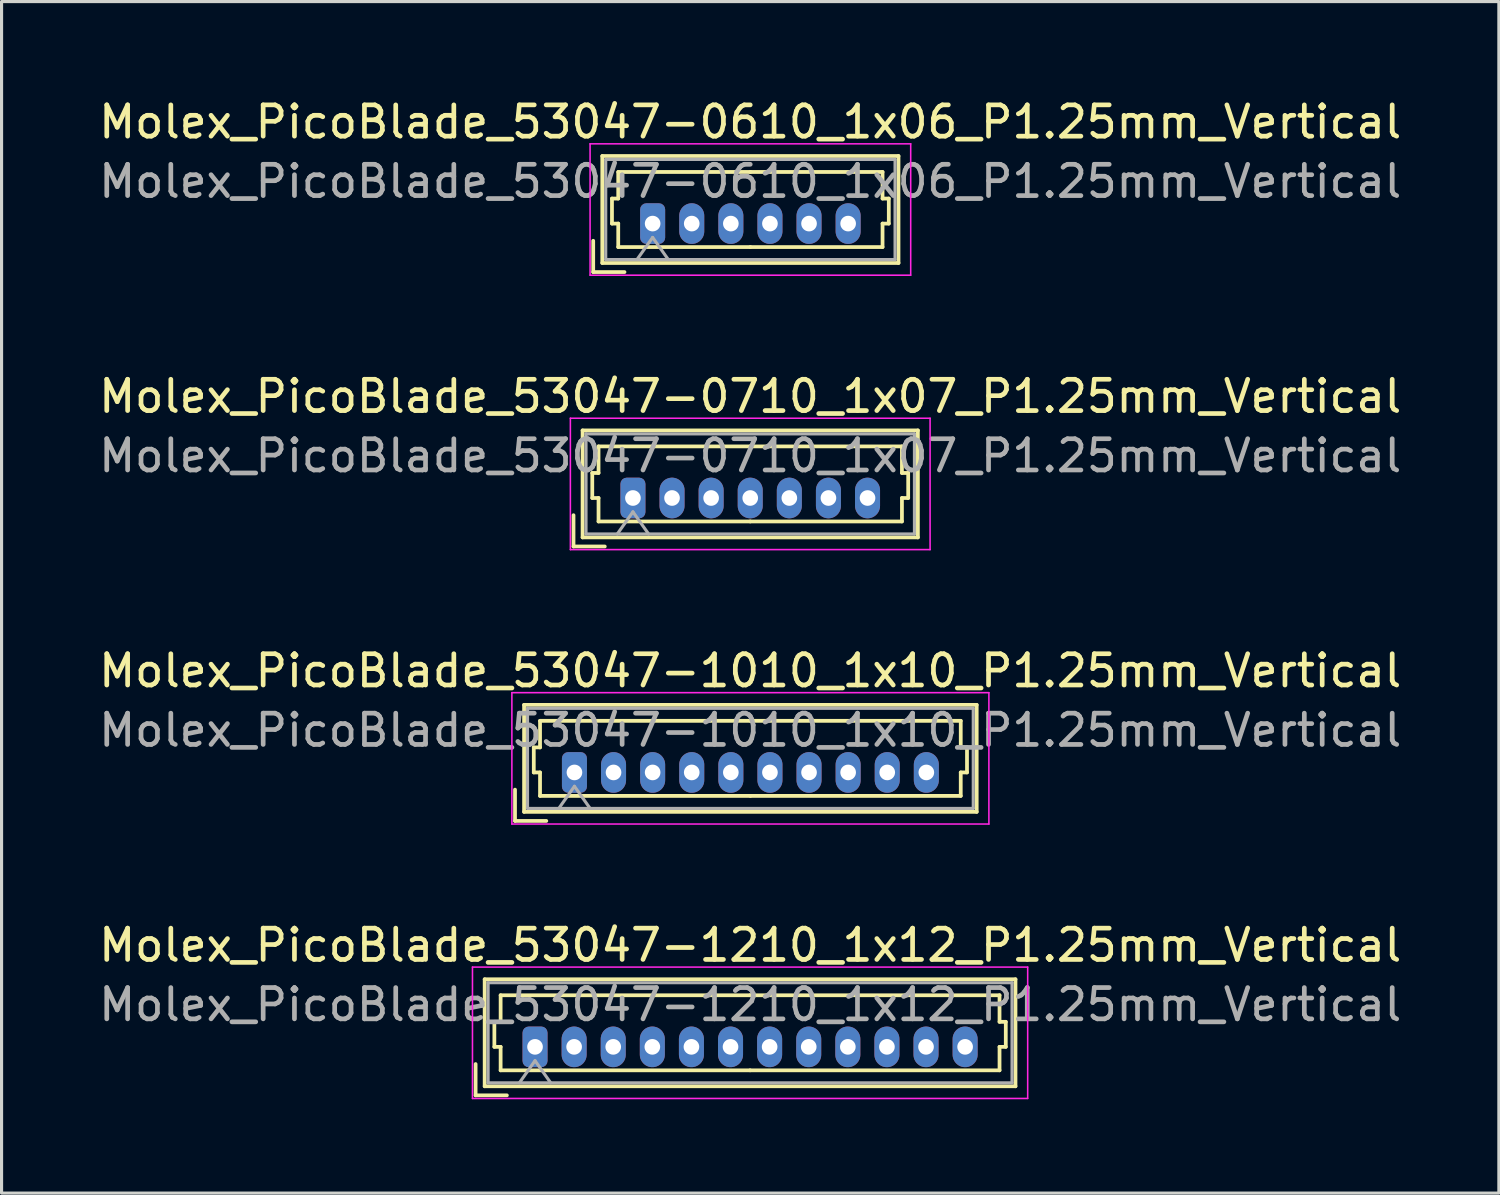
<source format=kicad_pcb>
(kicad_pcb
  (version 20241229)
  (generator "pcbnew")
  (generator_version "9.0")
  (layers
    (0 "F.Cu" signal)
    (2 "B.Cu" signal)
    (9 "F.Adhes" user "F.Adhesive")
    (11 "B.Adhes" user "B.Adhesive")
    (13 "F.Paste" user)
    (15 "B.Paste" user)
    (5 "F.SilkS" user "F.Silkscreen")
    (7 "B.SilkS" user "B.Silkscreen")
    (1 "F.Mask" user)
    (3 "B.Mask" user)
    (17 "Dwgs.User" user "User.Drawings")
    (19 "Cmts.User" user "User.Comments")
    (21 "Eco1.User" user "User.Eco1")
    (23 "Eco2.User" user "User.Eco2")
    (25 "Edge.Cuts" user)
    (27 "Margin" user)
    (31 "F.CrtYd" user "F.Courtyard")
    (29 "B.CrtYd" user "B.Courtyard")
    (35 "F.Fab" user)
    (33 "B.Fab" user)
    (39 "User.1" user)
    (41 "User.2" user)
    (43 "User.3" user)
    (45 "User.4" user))
  (footprint "Molex_PicoBlade_53047-0710_1x07_P1.25mm_Vertical"
    (layer "F.Cu")
    (at 17.185 12.871)
    (property "Reference" "Molex_PicoBlade_53047-0710_1x07_P1.25mm_Vertical" (at 3.75 -3.25 0) (layer "F.SilkS") (effects (font (size 1 1) (thickness 0.15))))
    (attr through_hole)
    (fp_line (start -1.9 1.55) (end -1.9 0.55) (stroke (width 0.12) (type solid)) (layer "F.SilkS"))
    (fp_line (start -1.9 1.55) (end -0.9 1.55) (stroke (width 0.12) (type solid)) (layer "F.SilkS"))
    (fp_line (start -1.61 -2.16) (end -1.61 1.26) (stroke (width 0.12) (type solid)) (layer "F.SilkS"))
    (fp_line (start -1.61 1.26) (end 9.11 1.26) (stroke (width 0.12) (type solid)) (layer "F.SilkS"))
    (fp_line (start -1.3 -0.8) (end -1.1 -0.8) (stroke (width 0.12) (type solid)) (layer "F.SilkS"))
    (fp_line (start -1.3 0) (end -1.3 -0.8) (stroke (width 0.12) (type solid)) (layer "F.SilkS"))
    (fp_line (start -1.1 -1.65) (end 3.75 -1.65) (stroke (width 0.12) (type solid)) (layer "F.SilkS"))
    (fp_line (start -1.1 -0.8) (end -1.1 -1.65) (stroke (width 0.12) (type solid)) (layer "F.SilkS"))
    (fp_line (start -1.1 0) (end -1.3 0) (stroke (width 0.12) (type solid)) (layer "F.SilkS"))
    (fp_line (start -1.1 0.75) (end -1.1 0) (stroke (width 0.12) (type solid)) (layer "F.SilkS"))
    (fp_line (start 3.75 0.75) (end -1.1 0.75) (stroke (width 0.12) (type solid)) (layer "F.SilkS"))
    (fp_line (start 3.75 0.75) (end 8.6 0.75) (stroke (width 0.12) (type solid)) (layer "F.SilkS"))
    (fp_line (start 8.6 -1.65) (end 3.75 -1.65) (stroke (width 0.12) (type solid)) (layer "F.SilkS"))
    (fp_line (start 8.6 -0.8) (end 8.6 -1.65) (stroke (width 0.12) (type solid)) (layer "F.SilkS"))
    (fp_line (start 8.6 0) (end 8.8 0) (stroke (width 0.12) (type solid)) (layer "F.SilkS"))
    (fp_line (start 8.6 0.75) (end 8.6 0) (stroke (width 0.12) (type solid)) (layer "F.SilkS"))
    (fp_line (start 8.8 -0.8) (end 8.6 -0.8) (stroke (width 0.12) (type solid)) (layer "F.SilkS"))
    (fp_line (start 8.8 0) (end 8.8 -0.8) (stroke (width 0.12) (type solid)) (layer "F.SilkS"))
    (fp_line (start 9.11 -2.16) (end -1.61 -2.16) (stroke (width 0.12) (type solid)) (layer "F.SilkS"))
    (fp_line (start 9.11 1.26) (end 9.11 -2.16) (stroke (width 0.12) (type solid)) (layer "F.SilkS"))
    (fp_line (start -2 -2.55) (end -2 1.65) (stroke (width 0.05) (type solid)) (layer "F.CrtYd"))
    (fp_line (start -2 1.65) (end 9.5 1.65) (stroke (width 0.05) (type solid)) (layer "F.CrtYd"))
    (fp_line (start 9.5 -2.55) (end -2 -2.55) (stroke (width 0.05) (type solid)) (layer "F.CrtYd"))
    (fp_line (start 9.5 1.65) (end 9.5 -2.55) (stroke (width 0.05) (type solid)) (layer "F.CrtYd"))
    (fp_line (start -1.5 -2.05) (end -1.5 1.15) (stroke (width 0.1) (type solid)) (layer "F.Fab"))
    (fp_line (start -1.5 1.15) (end 9 1.15) (stroke (width 0.1) (type solid)) (layer "F.Fab"))
    (fp_line (start -0.5 1.15) (end 0 0.443) (stroke (width 0.1) (type solid)) (layer "F.Fab"))
    (fp_line (start 0 0.443) (end 0.5 1.15) (stroke (width 0.1) (type solid)) (layer "F.Fab"))
    (fp_line (start 9 -2.05) (end -1.5 -2.05) (stroke (width 0.1) (type solid)) (layer "F.Fab"))
    (fp_line (start 9 1.15) (end 9 -2.05) (stroke (width 0.1) (type solid)) (layer "F.Fab"))
    (fp_text user "${REFERENCE}" (at 3.75 -1.35 0) (layer "F.Fab") (effects (font (size 1 1) (thickness 0.15))))
    (pad "1" thru_hole roundrect (at 0 0) (size 0.8 1.3) (drill 0.5) (layers "*.Cu" "*.Mask") (roundrect_rratio 0.25))
    (pad "2" thru_hole oval (at 1.25 0) (size 0.8 1.3) (drill 0.5) (layers "*.Cu" "*.Mask"))
    (pad "3" thru_hole oval (at 2.5 0) (size 0.8 1.3) (drill 0.5) (layers "*.Cu" "*.Mask"))
    (pad "4" thru_hole oval (at 3.75 0) (size 0.8 1.3) (drill 0.5) (layers "*.Cu" "*.Mask"))
    (pad "5" thru_hole oval (at 5 0) (size 0.8 1.3) (drill 0.5) (layers "*.Cu" "*.Mask"))
    (pad "6" thru_hole oval (at 6.25 0) (size 0.8 1.3) (drill 0.5) (layers "*.Cu" "*.Mask"))
    (pad "7" thru_hole oval (at 7.5 0) (size 0.8 1.3) (drill 0.5) (layers "*.Cu" "*.Mask")))
  (footprint "Molex_PicoBlade_53047-1010_1x10_P1.25mm_Vertical"
    (layer "F.Cu")
    (at 15.315 21.645)
    (property "Reference" "Molex_PicoBlade_53047-1010_1x10_P1.25mm_Vertical" (at 5.62 -3.25 0) (layer "F.SilkS") (effects (font (size 1 1) (thickness 0.15))))
    (attr through_hole)
    (fp_line (start -1.9 1.55) (end -1.9 0.55) (stroke (width 0.12) (type solid)) (layer "F.SilkS"))
    (fp_line (start -1.9 1.55) (end -0.9 1.55) (stroke (width 0.12) (type solid)) (layer "F.SilkS"))
    (fp_line (start -1.61 -2.16) (end -1.61 1.26) (stroke (width 0.12) (type solid)) (layer "F.SilkS"))
    (fp_line (start -1.61 1.26) (end 12.86 1.26) (stroke (width 0.12) (type solid)) (layer "F.SilkS"))
    (fp_line (start -1.3 -0.8) (end -1.1 -0.8) (stroke (width 0.12) (type solid)) (layer "F.SilkS"))
    (fp_line (start -1.3 0) (end -1.3 -0.8) (stroke (width 0.12) (type solid)) (layer "F.SilkS"))
    (fp_line (start -1.1 -1.65) (end 5.625 -1.65) (stroke (width 0.12) (type solid)) (layer "F.SilkS"))
    (fp_line (start -1.1 -0.8) (end -1.1 -1.65) (stroke (width 0.12) (type solid)) (layer "F.SilkS"))
    (fp_line (start -1.1 0) (end -1.3 0) (stroke (width 0.12) (type solid)) (layer "F.SilkS"))
    (fp_line (start -1.1 0.75) (end -1.1 0) (stroke (width 0.12) (type solid)) (layer "F.SilkS"))
    (fp_line (start 5.625 0.75) (end -1.1 0.75) (stroke (width 0.12) (type solid)) (layer "F.SilkS"))
    (fp_line (start 5.625 0.75) (end 12.35 0.75) (stroke (width 0.12) (type solid)) (layer "F.SilkS"))
    (fp_line (start 12.35 -1.65) (end 5.625 -1.65) (stroke (width 0.12) (type solid)) (layer "F.SilkS"))
    (fp_line (start 12.35 -0.8) (end 12.35 -1.65) (stroke (width 0.12) (type solid)) (layer "F.SilkS"))
    (fp_line (start 12.35 0) (end 12.55 0) (stroke (width 0.12) (type solid)) (layer "F.SilkS"))
    (fp_line (start 12.35 0.75) (end 12.35 0) (stroke (width 0.12) (type solid)) (layer "F.SilkS"))
    (fp_line (start 12.55 -0.8) (end 12.35 -0.8) (stroke (width 0.12) (type solid)) (layer "F.SilkS"))
    (fp_line (start 12.55 0) (end 12.55 -0.8) (stroke (width 0.12) (type solid)) (layer "F.SilkS"))
    (fp_line (start 12.86 -2.16) (end -1.61 -2.16) (stroke (width 0.12) (type solid)) (layer "F.SilkS"))
    (fp_line (start 12.86 1.26) (end 12.86 -2.16) (stroke (width 0.12) (type solid)) (layer "F.SilkS"))
    (fp_line (start -2 -2.55) (end -2 1.65) (stroke (width 0.05) (type solid)) (layer "F.CrtYd"))
    (fp_line (start -2 1.65) (end 13.25 1.65) (stroke (width 0.05) (type solid)) (layer "F.CrtYd"))
    (fp_line (start 13.25 -2.55) (end -2 -2.55) (stroke (width 0.05) (type solid)) (layer "F.CrtYd"))
    (fp_line (start 13.25 1.65) (end 13.25 -2.55) (stroke (width 0.05) (type solid)) (layer "F.CrtYd"))
    (fp_line (start -1.5 -2.05) (end -1.5 1.15) (stroke (width 0.1) (type solid)) (layer "F.Fab"))
    (fp_line (start -1.5 1.15) (end 12.75 1.15) (stroke (width 0.1) (type solid)) (layer "F.Fab"))
    (fp_line (start -0.5 1.15) (end 0 0.443) (stroke (width 0.1) (type solid)) (layer "F.Fab"))
    (fp_line (start 0 0.443) (end 0.5 1.15) (stroke (width 0.1) (type solid)) (layer "F.Fab"))
    (fp_line (start 12.75 -2.05) (end -1.5 -2.05) (stroke (width 0.1) (type solid)) (layer "F.Fab"))
    (fp_line (start 12.75 1.15) (end 12.75 -2.05) (stroke (width 0.1) (type solid)) (layer "F.Fab"))
    (fp_text user "${REFERENCE}" (at 5.62 -1.35 0) (layer "F.Fab") (effects (font (size 1 1) (thickness 0.15))))
    (pad "1" thru_hole roundrect (at 0 0) (size 0.8 1.3) (drill 0.5) (layers "*.Cu" "*.Mask") (roundrect_rratio 0.25))
    (pad "2" thru_hole oval (at 1.25 0) (size 0.8 1.3) (drill 0.5) (layers "*.Cu" "*.Mask"))
    (pad "3" thru_hole oval (at 2.5 0) (size 0.8 1.3) (drill 0.5) (layers "*.Cu" "*.Mask"))
    (pad "4" thru_hole oval (at 3.75 0) (size 0.8 1.3) (drill 0.5) (layers "*.Cu" "*.Mask"))
    (pad "5" thru_hole oval (at 5 0) (size 0.8 1.3) (drill 0.5) (layers "*.Cu" "*.Mask"))
    (pad "6" thru_hole oval (at 6.25 0) (size 0.8 1.3) (drill 0.5) (layers "*.Cu" "*.Mask"))
    (pad "7" thru_hole oval (at 7.5 0) (size 0.8 1.3) (drill 0.5) (layers "*.Cu" "*.Mask"))
    (pad "8" thru_hole oval (at 8.75 0) (size 0.8 1.3) (drill 0.5) (layers "*.Cu" "*.Mask"))
    (pad "9" thru_hole oval (at 10 0) (size 0.8 1.3) (drill 0.5) (layers "*.Cu" "*.Mask"))
    (pad "10" thru_hole oval (at 11.25 0) (size 0.8 1.3) (drill 0.5) (layers "*.Cu" "*.Mask")))
  (footprint "Molex_PicoBlade_53047-0610_1x06_P1.25mm_Vertical"
    (layer "F.Cu")
    (at 17.815 4.098)
    (property "Reference" "Molex_PicoBlade_53047-0610_1x06_P1.25mm_Vertical" (at 3.12 -3.25 0) (layer "F.SilkS") (effects (font (size 1 1) (thickness 0.15))))
    (attr through_hole)
    (fp_line (start -1.9 1.55) (end -1.9 0.55) (stroke (width 0.12) (type solid)) (layer "F.SilkS"))
    (fp_line (start -1.9 1.55) (end -0.9 1.55) (stroke (width 0.12) (type solid)) (layer "F.SilkS"))
    (fp_line (start -1.61 -2.16) (end -1.61 1.26) (stroke (width 0.12) (type solid)) (layer "F.SilkS"))
    (fp_line (start -1.61 1.26) (end 7.86 1.26) (stroke (width 0.12) (type solid)) (layer "F.SilkS"))
    (fp_line (start -1.3 -0.8) (end -1.1 -0.8) (stroke (width 0.12) (type solid)) (layer "F.SilkS"))
    (fp_line (start -1.3 0) (end -1.3 -0.8) (stroke (width 0.12) (type solid)) (layer "F.SilkS"))
    (fp_line (start -1.1 -1.65) (end 3.125 -1.65) (stroke (width 0.12) (type solid)) (layer "F.SilkS"))
    (fp_line (start -1.1 -0.8) (end -1.1 -1.65) (stroke (width 0.12) (type solid)) (layer "F.SilkS"))
    (fp_line (start -1.1 0) (end -1.3 0) (stroke (width 0.12) (type solid)) (layer "F.SilkS"))
    (fp_line (start -1.1 0.75) (end -1.1 0) (stroke (width 0.12) (type solid)) (layer "F.SilkS"))
    (fp_line (start 3.125 0.75) (end -1.1 0.75) (stroke (width 0.12) (type solid)) (layer "F.SilkS"))
    (fp_line (start 3.125 0.75) (end 7.35 0.75) (stroke (width 0.12) (type solid)) (layer "F.SilkS"))
    (fp_line (start 7.35 -1.65) (end 3.125 -1.65) (stroke (width 0.12) (type solid)) (layer "F.SilkS"))
    (fp_line (start 7.35 -0.8) (end 7.35 -1.65) (stroke (width 0.12) (type solid)) (layer "F.SilkS"))
    (fp_line (start 7.35 0) (end 7.55 0) (stroke (width 0.12) (type solid)) (layer "F.SilkS"))
    (fp_line (start 7.35 0.75) (end 7.35 0) (stroke (width 0.12) (type solid)) (layer "F.SilkS"))
    (fp_line (start 7.55 -0.8) (end 7.35 -0.8) (stroke (width 0.12) (type solid)) (layer "F.SilkS"))
    (fp_line (start 7.55 0) (end 7.55 -0.8) (stroke (width 0.12) (type solid)) (layer "F.SilkS"))
    (fp_line (start 7.86 -2.16) (end -1.61 -2.16) (stroke (width 0.12) (type solid)) (layer "F.SilkS"))
    (fp_line (start 7.86 1.26) (end 7.86 -2.16) (stroke (width 0.12) (type solid)) (layer "F.SilkS"))
    (fp_line (start -2 -2.55) (end -2 1.65) (stroke (width 0.05) (type solid)) (layer "F.CrtYd"))
    (fp_line (start -2 1.65) (end 8.25 1.65) (stroke (width 0.05) (type solid)) (layer "F.CrtYd"))
    (fp_line (start 8.25 -2.55) (end -2 -2.55) (stroke (width 0.05) (type solid)) (layer "F.CrtYd"))
    (fp_line (start 8.25 1.65) (end 8.25 -2.55) (stroke (width 0.05) (type solid)) (layer "F.CrtYd"))
    (fp_line (start -1.5 -2.05) (end -1.5 1.15) (stroke (width 0.1) (type solid)) (layer "F.Fab"))
    (fp_line (start -1.5 1.15) (end 7.75 1.15) (stroke (width 0.1) (type solid)) (layer "F.Fab"))
    (fp_line (start -0.5 1.15) (end 0 0.443) (stroke (width 0.1) (type solid)) (layer "F.Fab"))
    (fp_line (start 0 0.443) (end 0.5 1.15) (stroke (width 0.1) (type solid)) (layer "F.Fab"))
    (fp_line (start 7.75 -2.05) (end -1.5 -2.05) (stroke (width 0.1) (type solid)) (layer "F.Fab"))
    (fp_line (start 7.75 1.15) (end 7.75 -2.05) (stroke (width 0.1) (type solid)) (layer "F.Fab"))
    (fp_text user "${REFERENCE}" (at 3.12 -1.35 0) (layer "F.Fab") (effects (font (size 1 1) (thickness 0.15))))
    (pad "1" thru_hole roundrect (at 0 0) (size 0.8 1.3) (drill 0.5) (layers "*.Cu" "*.Mask") (roundrect_rratio 0.25))
    (pad "2" thru_hole oval (at 1.25 0) (size 0.8 1.3) (drill 0.5) (layers "*.Cu" "*.Mask"))
    (pad "3" thru_hole oval (at 2.5 0) (size 0.8 1.3) (drill 0.5) (layers "*.Cu" "*.Mask"))
    (pad "4" thru_hole oval (at 3.75 0) (size 0.8 1.3) (drill 0.5) (layers "*.Cu" "*.Mask"))
    (pad "5" thru_hole oval (at 5 0) (size 0.8 1.3) (drill 0.5) (layers "*.Cu" "*.Mask"))
    (pad "6" thru_hole oval (at 6.25 0) (size 0.8 1.3) (drill 0.5) (layers "*.Cu" "*.Mask")))
  (footprint "Molex_PicoBlade_53047-1210_1x12_P1.25mm_Vertical"
    (layer "F.Cu")
    (at 14.055 30.418)
    (property "Reference" "Molex_PicoBlade_53047-1210_1x12_P1.25mm_Vertical" (at 6.88 -3.25 0) (layer "F.SilkS") (effects (font (size 1 1) (thickness 0.15))))
    (attr through_hole)
    (fp_line (start -1.9 1.55) (end -1.9 0.55) (stroke (width 0.12) (type solid)) (layer "F.SilkS"))
    (fp_line (start -1.9 1.55) (end -0.9 1.55) (stroke (width 0.12) (type solid)) (layer "F.SilkS"))
    (fp_line (start -1.61 -2.16) (end -1.61 1.26) (stroke (width 0.12) (type solid)) (layer "F.SilkS"))
    (fp_line (start -1.61 1.26) (end 15.36 1.26) (stroke (width 0.12) (type solid)) (layer "F.SilkS"))
    (fp_line (start -1.3 -0.8) (end -1.1 -0.8) (stroke (width 0.12) (type solid)) (layer "F.SilkS"))
    (fp_line (start -1.3 0) (end -1.3 -0.8) (stroke (width 0.12) (type solid)) (layer "F.SilkS"))
    (fp_line (start -1.1 -1.65) (end 6.875 -1.65) (stroke (width 0.12) (type solid)) (layer "F.SilkS"))
    (fp_line (start -1.1 -0.8) (end -1.1 -1.65) (stroke (width 0.12) (type solid)) (layer "F.SilkS"))
    (fp_line (start -1.1 0) (end -1.3 0) (stroke (width 0.12) (type solid)) (layer "F.SilkS"))
    (fp_line (start -1.1 0.75) (end -1.1 0) (stroke (width 0.12) (type solid)) (layer "F.SilkS"))
    (fp_line (start 6.875 0.75) (end -1.1 0.75) (stroke (width 0.12) (type solid)) (layer "F.SilkS"))
    (fp_line (start 6.875 0.75) (end 14.85 0.75) (stroke (width 0.12) (type solid)) (layer "F.SilkS"))
    (fp_line (start 14.85 -1.65) (end 6.875 -1.65) (stroke (width 0.12) (type solid)) (layer "F.SilkS"))
    (fp_line (start 14.85 -0.8) (end 14.85 -1.65) (stroke (width 0.12) (type solid)) (layer "F.SilkS"))
    (fp_line (start 14.85 0) (end 15.05 0) (stroke (width 0.12) (type solid)) (layer "F.SilkS"))
    (fp_line (start 14.85 0.75) (end 14.85 0) (stroke (width 0.12) (type solid)) (layer "F.SilkS"))
    (fp_line (start 15.05 -0.8) (end 14.85 -0.8) (stroke (width 0.12) (type solid)) (layer "F.SilkS"))
    (fp_line (start 15.05 0) (end 15.05 -0.8) (stroke (width 0.12) (type solid)) (layer "F.SilkS"))
    (fp_line (start 15.36 -2.16) (end -1.61 -2.16) (stroke (width 0.12) (type solid)) (layer "F.SilkS"))
    (fp_line (start 15.36 1.26) (end 15.36 -2.16) (stroke (width 0.12) (type solid)) (layer "F.SilkS"))
    (fp_line (start -2 -2.55) (end -2 1.65) (stroke (width 0.05) (type solid)) (layer "F.CrtYd"))
    (fp_line (start -2 1.65) (end 15.75 1.65) (stroke (width 0.05) (type solid)) (layer "F.CrtYd"))
    (fp_line (start 15.75 -2.55) (end -2 -2.55) (stroke (width 0.05) (type solid)) (layer "F.CrtYd"))
    (fp_line (start 15.75 1.65) (end 15.75 -2.55) (stroke (width 0.05) (type solid)) (layer "F.CrtYd"))
    (fp_line (start -1.5 -2.05) (end -1.5 1.15) (stroke (width 0.1) (type solid)) (layer "F.Fab"))
    (fp_line (start -1.5 1.15) (end 15.25 1.15) (stroke (width 0.1) (type solid)) (layer "F.Fab"))
    (fp_line (start -0.5 1.15) (end 0 0.443) (stroke (width 0.1) (type solid)) (layer "F.Fab"))
    (fp_line (start 0 0.443) (end 0.5 1.15) (stroke (width 0.1) (type solid)) (layer "F.Fab"))
    (fp_line (start 15.25 -2.05) (end -1.5 -2.05) (stroke (width 0.1) (type solid)) (layer "F.Fab"))
    (fp_line (start 15.25 1.15) (end 15.25 -2.05) (stroke (width 0.1) (type solid)) (layer "F.Fab"))
    (fp_text user "${REFERENCE}" (at 6.88 -1.35 0) (layer "F.Fab") (effects (font (size 1 1) (thickness 0.15))))
    (pad "1" thru_hole roundrect (at 0 0) (size 0.8 1.3) (drill 0.5) (layers "*.Cu" "*.Mask") (roundrect_rratio 0.25))
    (pad "2" thru_hole oval (at 1.25 0) (size 0.8 1.3) (drill 0.5) (layers "*.Cu" "*.Mask"))
    (pad "3" thru_hole oval (at 2.5 0) (size 0.8 1.3) (drill 0.5) (layers "*.Cu" "*.Mask"))
    (pad "4" thru_hole oval (at 3.75 0) (size 0.8 1.3) (drill 0.5) (layers "*.Cu" "*.Mask"))
    (pad "5" thru_hole oval (at 5 0) (size 0.8 1.3) (drill 0.5) (layers "*.Cu" "*.Mask"))
    (pad "6" thru_hole oval (at 6.25 0) (size 0.8 1.3) (drill 0.5) (layers "*.Cu" "*.Mask"))
    (pad "7" thru_hole oval (at 7.5 0) (size 0.8 1.3) (drill 0.5) (layers "*.Cu" "*.Mask"))
    (pad "8" thru_hole oval (at 8.75 0) (size 0.8 1.3) (drill 0.5) (layers "*.Cu" "*.Mask"))
    (pad "9" thru_hole oval (at 10 0) (size 0.8 1.3) (drill 0.5) (layers "*.Cu" "*.Mask"))
    (pad "10" thru_hole oval (at 11.25 0) (size 0.8 1.3) (drill 0.5) (layers "*.Cu" "*.Mask"))
    (pad "11" thru_hole oval (at 12.5 0) (size 0.8 1.3) (drill 0.5) (layers "*.Cu" "*.Mask"))
    (pad "12" thru_hole oval (at 13.75 0) (size 0.8 1.3) (drill 0.5) (layers "*.Cu" "*.Mask")))
  (gr_rect
    (start -3 -3)
    (end 44.869 35.093)
    (stroke (width 0.1) (type default))
    (fill no)
    (layer "Edge.Cuts")))
</source>
